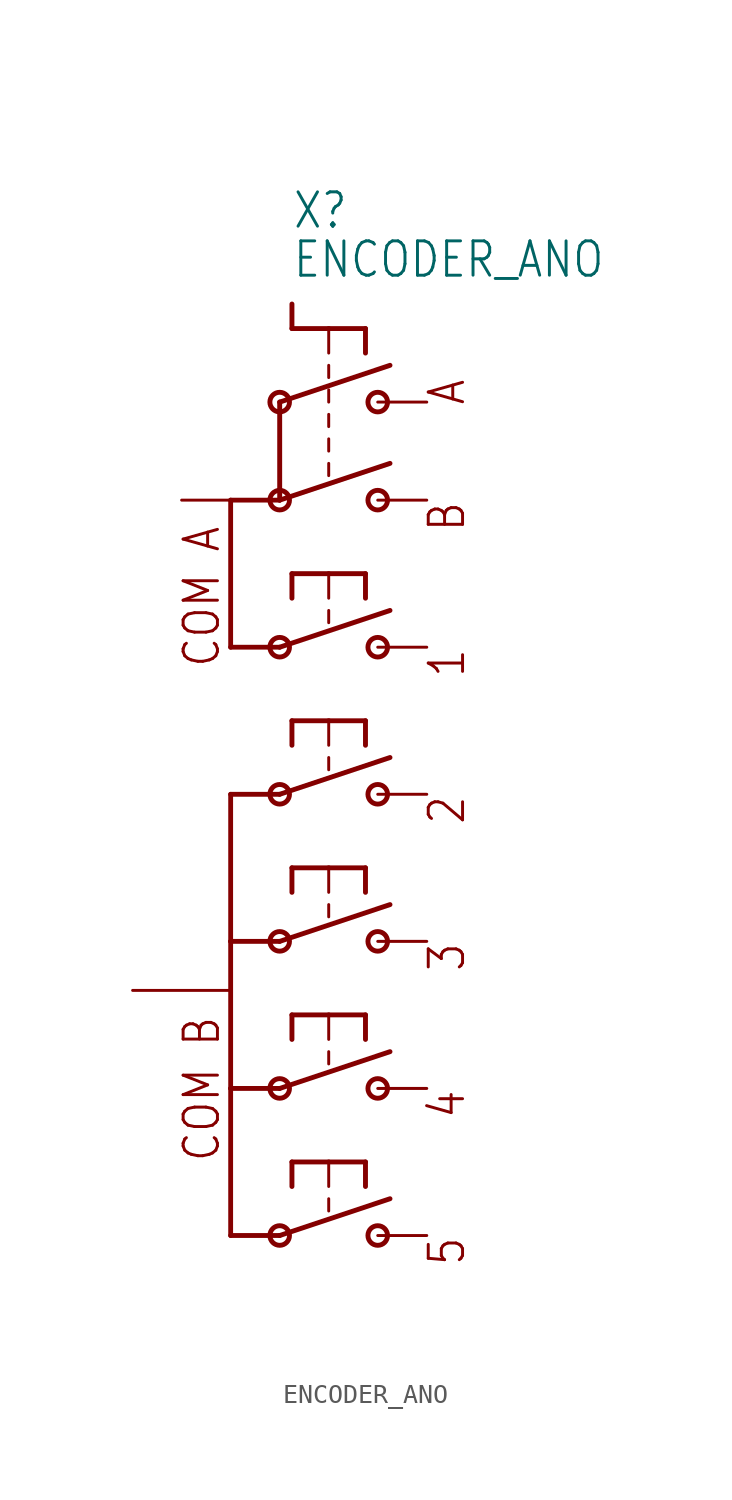
<source format=kicad_sym>
(kicad_symbol_lib
  (version 20211014)
  (generator kicad_symbol_editor)
  (symbol "ENCODER_ANO"
    (property "Reference" "X"
      (at -1.905 13.97 0)
      (effects (font (size 1.778 1.511)) (justify left bottom)))
    (property "Value" "ENCODER_ANO"
      (at -1.905 11.43 0)
      (effects (font (size 1.778 1.511)) (justify left bottom)))
    (property "ki_locked" ""
      (at 0 0 0)
      (effects (font (size 1.27 1.27))))
    (symbol "ENCODER_ANO_1_0"
      (circle (center -2.54 -38.1) (radius 0.508) (stroke (width 0.254) (type default) (color 0 0 0 0)) (fill (type none)))
      (circle (center -2.54 -30.48) (radius 0.508) (stroke (width 0.254) (type default) (color 0 0 0 0)) (fill (type none)))
      (circle (center -2.54 -22.86) (radius 0.508) (stroke (width 0.254) (type default) (color 0 0 0 0)) (fill (type none)))
      (circle (center -2.54 -15.24) (radius 0.508) (stroke (width 0.254) (type default) (color 0 0 0 0)) (fill (type none)))
      (circle (center -2.54 -7.62) (radius 0.508) (stroke (width 0.254) (type default) (color 0 0 0 0)) (fill (type none)))
      (circle (center -2.54 0) (radius 0.508) (stroke (width 0.254) (type default) (color 0 0 0 0)) (fill (type none)))
      (circle (center -2.54 5.08) (radius 0.508) (stroke (width 0.254) (type default) (color 0 0 0 0)) (fill (type none)))
      (polyline (pts (xy -5.08 -38.1) (xy -2.54 -38.1)) (stroke (width 0.25) (type default) (color 0 0 0 0)) (fill (type none)))
      (polyline (pts (xy -5.08 -30.48) (xy -5.08 -38.1)) (stroke (width 0.25) (type default) (color 0 0 0 0)) (fill (type none)))
      (polyline (pts (xy -5.08 -22.86) (xy -5.08 -30.48)) (stroke (width 0.25) (type default) (color 0 0 0 0)) (fill (type none)))
      (polyline (pts (xy -5.08 -15.24) (xy -5.08 -22.86)) (stroke (width 0.25) (type default) (color 0 0 0 0)) (fill (type none)))
      (polyline (pts (xy -5.08 -7.62) (xy -5.08 0)) (stroke (width 0.25) (type default) (color 0 0 0 0)) (fill (type none)))
      (polyline (pts (xy -5.08 0) (xy -2.54 0)) (stroke (width 0.25) (type default) (color 0 0 0 0)) (fill (type none)))
      (polyline (pts (xy -2.54 -38.1) (xy 3.175 -36.195)) (stroke (width 0.254) (type default) (color 0 0 0 0)) (fill (type none)))
      (polyline (pts (xy -2.54 -30.48) (xy -5.08 -30.48)) (stroke (width 0.25) (type default) (color 0 0 0 0)) (fill (type none)))
      (polyline (pts (xy -2.54 -30.48) (xy 3.175 -28.575)) (stroke (width 0.254) (type default) (color 0 0 0 0)) (fill (type none)))
      (polyline (pts (xy -2.54 -22.86) (xy -5.08 -22.86)) (stroke (width 0.25) (type default) (color 0 0 0 0)) (fill (type none)))
      (polyline (pts (xy -2.54 -22.86) (xy 3.175 -20.955)) (stroke (width 0.254) (type default) (color 0 0 0 0)) (fill (type none)))
      (polyline (pts (xy -2.54 -15.24) (xy -5.08 -15.24)) (stroke (width 0.25) (type default) (color 0 0 0 0)) (fill (type none)))
      (polyline (pts (xy -2.54 -15.24) (xy 3.175 -13.335)) (stroke (width 0.254) (type default) (color 0 0 0 0)) (fill (type none)))
      (polyline (pts (xy -2.54 -7.62) (xy -5.08 -7.62)) (stroke (width 0.25) (type default) (color 0 0 0 0)) (fill (type none)))
      (polyline (pts (xy -2.54 -7.62) (xy 3.175 -5.715)) (stroke (width 0.254) (type default) (color 0 0 0 0)) (fill (type none)))
      (polyline (pts (xy -2.54 0) (xy -2.54 5.08)) (stroke (width 0.254) (type default) (color 0 0 0 0)) (fill (type none)))
      (polyline (pts (xy -2.54 0) (xy 3.175 1.905)) (stroke (width 0.254) (type default) (color 0 0 0 0)) (fill (type none)))
      (polyline (pts (xy -2.54 5.08) (xy 3.175 6.985)) (stroke (width 0.254) (type default) (color 0 0 0 0)) (fill (type none)))
      (polyline (pts (xy -1.905 -34.29) (xy -1.905 -35.56)) (stroke (width 0.254) (type default) (color 0 0 0 0)) (fill (type none)))
      (polyline (pts (xy -1.905 -26.67) (xy -1.905 -27.94)) (stroke (width 0.254) (type default) (color 0 0 0 0)) (fill (type none)))
      (polyline (pts (xy -1.905 -19.05) (xy -1.905 -20.32)) (stroke (width 0.254) (type default) (color 0 0 0 0)) (fill (type none)))
      (polyline (pts (xy -1.905 -11.43) (xy -1.905 -12.7)) (stroke (width 0.254) (type default) (color 0 0 0 0)) (fill (type none)))
      (polyline (pts (xy -1.905 -3.81) (xy -1.905 -5.08)) (stroke (width 0.254) (type default) (color 0 0 0 0)) (fill (type none)))
      (polyline (pts (xy -1.905 8.89) (xy -1.905 10.16)) (stroke (width 0.254) (type default) (color 0 0 0 0)) (fill (type none)))
      (polyline (pts (xy 0 -36.195) (xy 0 -36.83)) (stroke (width 0.152) (type default) (color 0 0 0 0)) (fill (type none)))
      (polyline (pts (xy 0 -34.29) (xy -1.905 -34.29)) (stroke (width 0.254) (type default) (color 0 0 0 0)) (fill (type none)))
      (polyline (pts (xy 0 -34.29) (xy 0 -35.56)) (stroke (width 0.152) (type default) (color 0 0 0 0)) (fill (type none)))
      (polyline (pts (xy 0 -28.575) (xy 0 -29.21)) (stroke (width 0.152) (type default) (color 0 0 0 0)) (fill (type none)))
      (polyline (pts (xy 0 -26.67) (xy -1.905 -26.67)) (stroke (width 0.254) (type default) (color 0 0 0 0)) (fill (type none)))
      (polyline (pts (xy 0 -26.67) (xy 0 -27.94)) (stroke (width 0.152) (type default) (color 0 0 0 0)) (fill (type none)))
      (polyline (pts (xy 0 -20.955) (xy 0 -21.59)) (stroke (width 0.152) (type default) (color 0 0 0 0)) (fill (type none)))
      (polyline (pts (xy 0 -19.05) (xy -1.905 -19.05)) (stroke (width 0.254) (type default) (color 0 0 0 0)) (fill (type none)))
      (polyline (pts (xy 0 -19.05) (xy 0 -20.32)) (stroke (width 0.152) (type default) (color 0 0 0 0)) (fill (type none)))
      (polyline (pts (xy 0 -13.335) (xy 0 -13.97)) (stroke (width 0.152) (type default) (color 0 0 0 0)) (fill (type none)))
      (polyline (pts (xy 0 -11.43) (xy -1.905 -11.43)) (stroke (width 0.254) (type default) (color 0 0 0 0)) (fill (type none)))
      (polyline (pts (xy 0 -11.43) (xy 0 -12.7)) (stroke (width 0.152) (type default) (color 0 0 0 0)) (fill (type none)))
      (polyline (pts (xy 0 -5.715) (xy 0 -6.35)) (stroke (width 0.152) (type default) (color 0 0 0 0)) (fill (type none)))
      (polyline (pts (xy 0 -3.81) (xy -1.905 -3.81)) (stroke (width 0.254) (type default) (color 0 0 0 0)) (fill (type none)))
      (polyline (pts (xy 0 -3.81) (xy 0 -5.08)) (stroke (width 0.152) (type default) (color 0 0 0 0)) (fill (type none)))
      (polyline (pts (xy 0 1.27) (xy 0 1.905)) (stroke (width 0.152) (type default) (color 0 0 0 0)) (fill (type none)))
      (polyline (pts (xy 0 3.175) (xy 0 2.54)) (stroke (width 0.152) (type default) (color 0 0 0 0)) (fill (type none)))
      (polyline (pts (xy 0 3.81) (xy 0 4.445)) (stroke (width 0.152) (type default) (color 0 0 0 0)) (fill (type none)))
      (polyline (pts (xy 0 5.08) (xy 0 5.715)) (stroke (width 0.152) (type default) (color 0 0 0 0)) (fill (type none)))
      (polyline (pts (xy 0 6.35) (xy 0 6.985)) (stroke (width 0.152) (type default) (color 0 0 0 0)) (fill (type none)))
      (polyline (pts (xy 0 8.89) (xy -1.905 8.89)) (stroke (width 0.254) (type default) (color 0 0 0 0)) (fill (type none)))
      (polyline (pts (xy 0 8.89) (xy 0 7.62)) (stroke (width 0.152) (type default) (color 0 0 0 0)) (fill (type none)))
      (polyline (pts (xy 1.905 -34.29) (xy 0 -34.29)) (stroke (width 0.254) (type default) (color 0 0 0 0)) (fill (type none)))
      (polyline (pts (xy 1.905 -34.29) (xy 1.905 -35.56)) (stroke (width 0.254) (type default) (color 0 0 0 0)) (fill (type none)))
      (polyline (pts (xy 1.905 -26.67) (xy 0 -26.67)) (stroke (width 0.254) (type default) (color 0 0 0 0)) (fill (type none)))
      (polyline (pts (xy 1.905 -26.67) (xy 1.905 -27.94)) (stroke (width 0.254) (type default) (color 0 0 0 0)) (fill (type none)))
      (polyline (pts (xy 1.905 -19.05) (xy 0 -19.05)) (stroke (width 0.254) (type default) (color 0 0 0 0)) (fill (type none)))
      (polyline (pts (xy 1.905 -19.05) (xy 1.905 -20.32)) (stroke (width 0.254) (type default) (color 0 0 0 0)) (fill (type none)))
      (polyline (pts (xy 1.905 -11.43) (xy 0 -11.43)) (stroke (width 0.254) (type default) (color 0 0 0 0)) (fill (type none)))
      (polyline (pts (xy 1.905 -11.43) (xy 1.905 -12.7)) (stroke (width 0.254) (type default) (color 0 0 0 0)) (fill (type none)))
      (polyline (pts (xy 1.905 -3.81) (xy 0 -3.81)) (stroke (width 0.254) (type default) (color 0 0 0 0)) (fill (type none)))
      (polyline (pts (xy 1.905 -3.81) (xy 1.905 -5.08)) (stroke (width 0.254) (type default) (color 0 0 0 0)) (fill (type none)))
      (polyline (pts (xy 1.905 8.89) (xy 0 8.89)) (stroke (width 0.254) (type default) (color 0 0 0 0)) (fill (type none)))
      (polyline (pts (xy 1.905 8.89) (xy 1.905 7.62)) (stroke (width 0.254) (type default) (color 0 0 0 0)) (fill (type none)))
      (circle (center 2.54 -38.1) (radius 0.508) (stroke (width 0.254) (type default) (color 0 0 0 0)) (fill (type none)))
      (circle (center 2.54 -30.48) (radius 0.508) (stroke (width 0.254) (type default) (color 0 0 0 0)) (fill (type none)))
      (circle (center 2.54 -22.86) (radius 0.508) (stroke (width 0.254) (type default) (color 0 0 0 0)) (fill (type none)))
      (circle (center 2.54 -15.24) (radius 0.508) (stroke (width 0.254) (type default) (color 0 0 0 0)) (fill (type none)))
      (circle (center 2.54 -7.62) (radius 0.508) (stroke (width 0.254) (type default) (color 0 0 0 0)) (fill (type none)))
      (circle (center 2.54 0) (radius 0.508) (stroke (width 0.254) (type default) (color 0 0 0 0)) (fill (type none)))
      (circle (center 2.54 5.08) (radius 0.508) (stroke (width 0.254) (type default) (color 0 0 0 0)) (fill (type none)))
      (text "1" (at 5.08 -7.62 900) (effects (font (size 1.778 1.511)) (justify right top)))
      (text "2" (at 5.08 -15.24 900) (effects (font (size 1.778 1.511)) (justify right top)))
      (text "3" (at 5.08 -22.86 900) (effects (font (size 1.778 1.511)) (justify right top)))
      (text "4" (at 5.08 -30.48 900) (effects (font (size 1.778 1.511)) (justify right top)))
      (text "5" (at 5.08 -38.1 900) (effects (font (size 1.778 1.511)) (justify right top)))
      (text "A" (at 5.08 6.35 900) (effects (font (size 1.778 1.511)) (justify right top)))
      (text "B" (at 5.08 0 900) (effects (font (size 1.778 1.511)) (justify right top)))
      (text "COM A" (at -7.62 -1.27 900) (effects (font (size 1.778 1.511)) (justify right top)))
      (text "COM B" (at -7.62 -26.67 900) (effects (font (size 1.778 1.511)) (justify right top)))
      (pin passive line (at 5.08 5.08 180) (length 2.54) (name "A" (effects (font (size 0 0)))) (number "A" (effects (font (size 0 0)))))
      (pin passive line (at 5.08 0 180) (length 2.54) (name "B" (effects (font (size 0 0)))) (number "B" (effects (font (size 0 0)))))
      (pin passive line (at -7.62 0 0) (length 2.54) (name "COMA" (effects (font (size 0 0)))) (number "COM_A" (effects (font (size 0 0)))))
      (pin passive line (at -10.16 -25.4 0) (length 5.08) (name "COM_B" (effects (font (size 0 0)))) (number "COM_B" (effects (font (size 0 0)))))
      (pin passive line (at 5.08 -7.62 180) (length 2.54) (name "1" (effects (font (size 0 0)))) (number "S1" (effects (font (size 0 0)))))
      (pin passive line (at 5.08 -15.24 180) (length 2.54) (name "S2" (effects (font (size 0 0)))) (number "S2" (effects (font (size 0 0)))))
      (pin passive line (at 5.08 -22.86 180) (length 2.54) (name "S3" (effects (font (size 0 0)))) (number "S3" (effects (font (size 0 0)))))
      (pin passive line (at 5.08 -30.48 180) (length 2.54) (name "S4" (effects (font (size 0 0)))) (number "S4" (effects (font (size 0 0)))))
      (pin passive line (at 5.08 -38.1 180) (length 2.54) (name "S5" (effects (font (size 0 0)))) (number "S5" (effects (font (size 0 0))))))))
</source>
